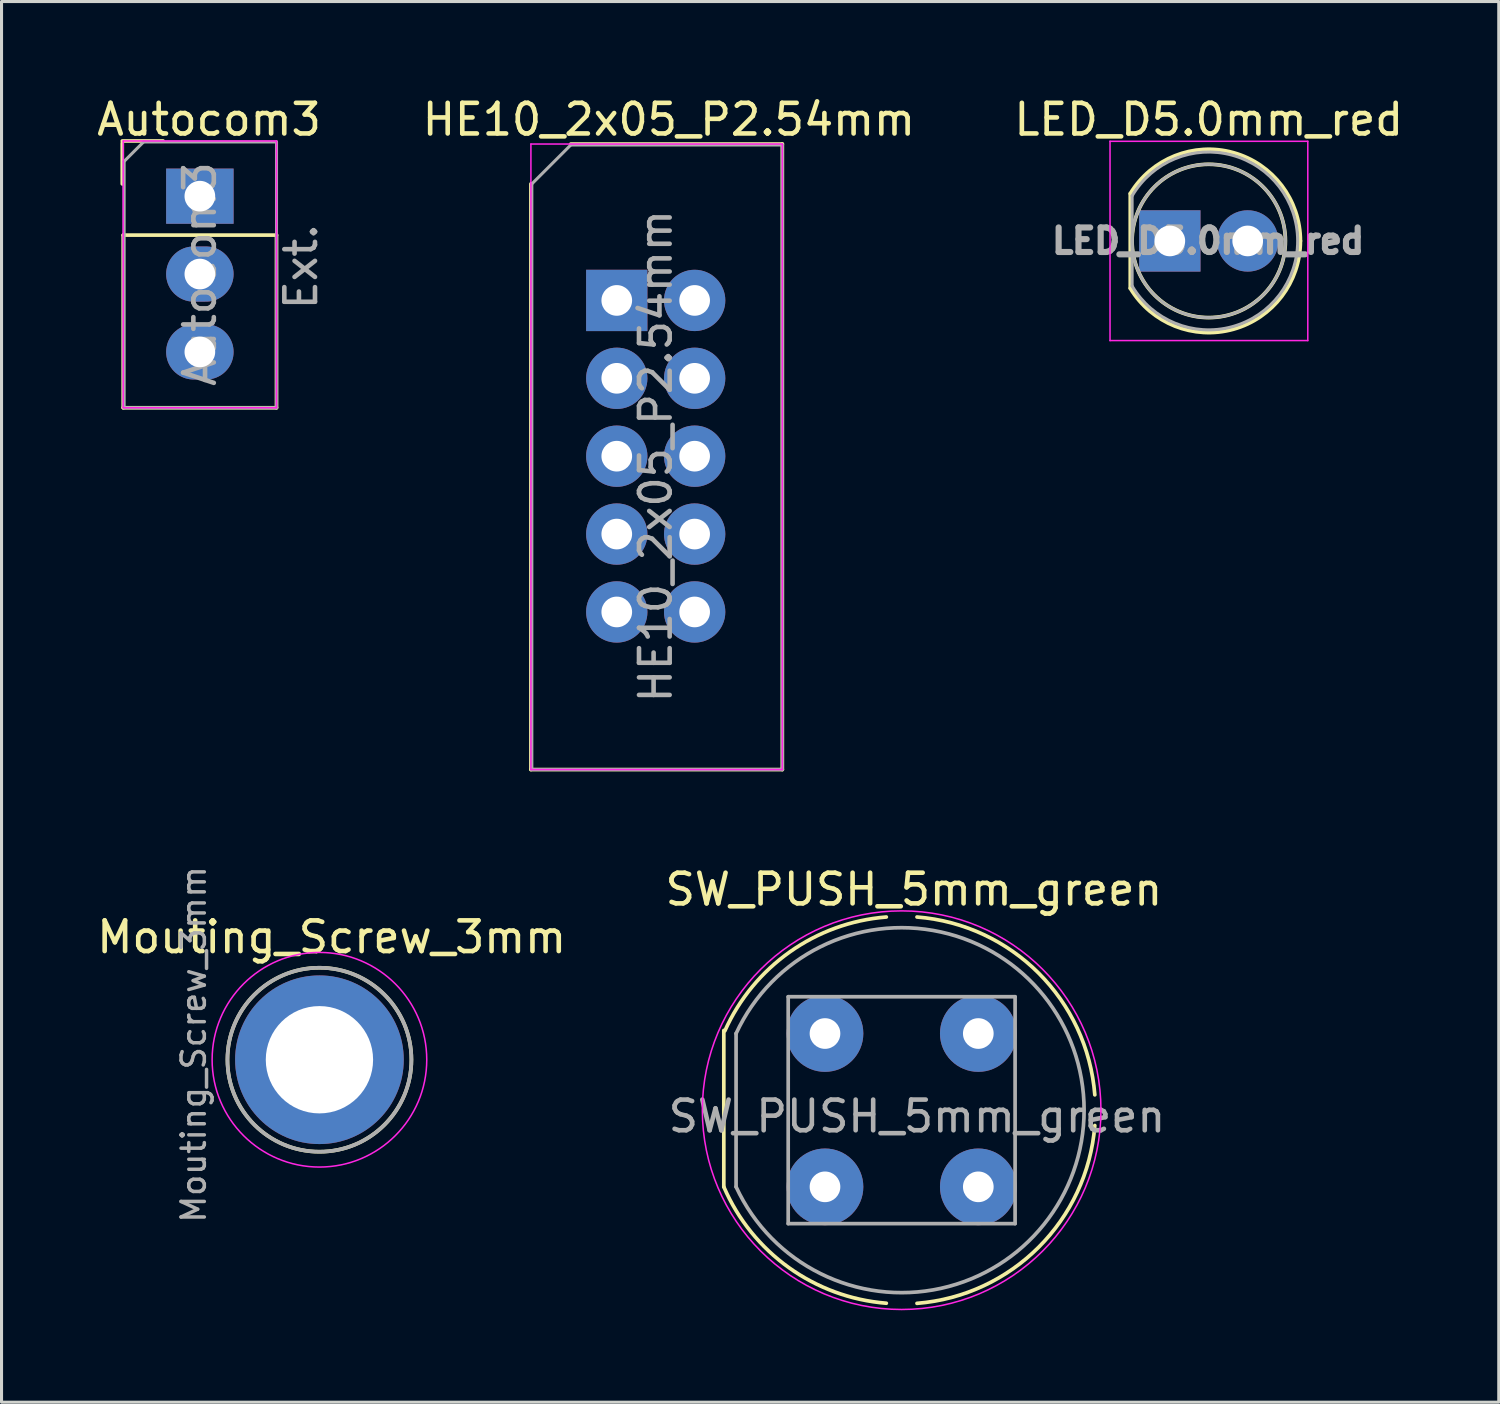
<source format=kicad_pcb>
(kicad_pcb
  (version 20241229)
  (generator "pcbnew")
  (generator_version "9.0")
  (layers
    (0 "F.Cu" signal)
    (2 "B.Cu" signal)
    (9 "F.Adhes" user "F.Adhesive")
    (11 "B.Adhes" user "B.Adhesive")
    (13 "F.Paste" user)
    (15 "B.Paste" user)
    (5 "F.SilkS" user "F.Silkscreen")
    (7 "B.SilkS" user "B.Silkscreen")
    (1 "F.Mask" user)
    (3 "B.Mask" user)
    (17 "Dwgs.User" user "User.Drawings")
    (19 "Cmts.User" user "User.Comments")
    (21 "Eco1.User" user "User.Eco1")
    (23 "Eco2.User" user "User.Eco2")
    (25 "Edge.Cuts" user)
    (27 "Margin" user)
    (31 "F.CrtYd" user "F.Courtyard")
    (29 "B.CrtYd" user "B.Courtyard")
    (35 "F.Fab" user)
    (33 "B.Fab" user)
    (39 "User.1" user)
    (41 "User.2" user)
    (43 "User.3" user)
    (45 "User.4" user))
  (footprint "LED_D5.0mm_red"
    (layer "F.Cu")
    (at 35.102 4.808)
    (property "Reference" "LED_D5.0mm_red" (at 1.27 -3.96 0) (layer "F.SilkS") (effects (font (size 1 1) (thickness 0.15))))
    (attr through_hole)
    (fp_line (start -1.29 -1.545) (end -1.29 1.545) (stroke (width 0.12) (type solid)) (layer "F.SilkS"))
    (fp_arc (start -1.29 -1.54483) (mid 2.072002 -2.880433) (end 4.26 0.000462) (stroke (width 0.12) (type solid)) (layer "F.SilkS"))
    (fp_arc (start 4.26 -0.000462) (mid 2.072002 2.880433) (end -1.29 1.54483) (stroke (width 0.12) (type solid)) (layer "F.SilkS"))
    (fp_circle (center 1.27 0) (end 3.77 0) (stroke (width 0.12) (type solid)) (fill no) (layer "F.SilkS"))
    (fp_line (start -1.95 -3.25) (end -1.95 3.25) (stroke (width 0.05) (type solid)) (layer "F.CrtYd"))
    (fp_line (start -1.95 3.25) (end 4.5 3.25) (stroke (width 0.05) (type solid)) (layer "F.CrtYd"))
    (fp_line (start 4.5 -3.25) (end -1.95 -3.25) (stroke (width 0.05) (type solid)) (layer "F.CrtYd"))
    (fp_line (start 4.5 3.25) (end 4.5 -3.25) (stroke (width 0.05) (type solid)) (layer "F.CrtYd"))
    (fp_line (start -1.23 -1.47) (end -1.23 1.47) (stroke (width 0.1) (type solid)) (layer "F.Fab"))
    (fp_arc (start -1.23 -1.469694) (mid 4.17 0.000016) (end -1.230016 1.469666) (stroke (width 0.1) (type solid)) (layer "F.Fab"))
    (fp_circle (center 1.27 0) (end 3.77 0) (stroke (width 0.1) (type solid)) (fill no) (layer "F.Fab"))
    (fp_text user "${REFERENCE}" (at 1.25 0 0) (layer "F.Fab") (effects (font (size 0.8 0.8) (thickness 0.2))))
    (pad "1" thru_hole rect (at 0 0) (size 2 2) (drill 1) (layers "*.Cu" "*.Mask"))
    (pad "2" thru_hole circle (at 2.54 0) (size 2 2) (drill 1) (layers "*.Cu" "*.Mask")))
  (footprint "Mouting_Screw_3mm"
    (layer "F.Cu")
    (at 7.368 31.512)
    (property "Reference" "Mouting_Screw_3mm" (at 0.4 -4 0) (layer "F.SilkS") (effects (font (size 1 1) (thickness 0.15))))
    (attr through_hole)
    (fp_circle (center 0 0) (end 3 0) (stroke (width 0.12) (type solid)) (fill no) (layer "F.SilkS"))
    (fp_circle (center 0 0) (end 3.5 0) (stroke (width 0.05) (type solid)) (fill no) (layer "F.CrtYd"))
    (fp_circle (center 0 0) (end 3 0) (stroke (width 0.12) (type solid)) (fill no) (layer "F.Fab"))
    (fp_text user "${REFERENCE}" (at -4.1 -0.5 90) (layer "F.Fab") (effects (font (size 0.76 0.76) (thickness 0.114))))
    (pad "1" thru_hole circle (at 0 0) (size 5.5 5.5) (drill 3.5) (layers "*.Cu" "*.Mask")))
  (footprint "SW_PUSH_5mm_green"
    (layer "F.Cu")
    (at 23.856 30.657)
    (property "Reference" "SW_PUSH_5mm_green" (at 2.9 -4.7 0) (layer "F.SilkS") (effects (font (size 1 1) (thickness 0.15))))
    (attr through_hole)
    (fp_line (start -3.3 -0.1) (end -3.3 5) (stroke (width 0.12) (type solid)) (layer "F.SilkS"))
    (fp_arc (start -3.266886 -0.085156) (mid -1.142593 -2.664448) (end 2 -3.8) (stroke (width 0.12) (type solid)) (layer "F.SilkS"))
    (fp_arc (start 2.000311 8.796055) (mid -1.177503 7.63478) (end -3.3 5) (stroke (width 0.12) (type solid)) (layer "F.SilkS"))
    (fp_arc (start 3 -3.8) (mid 6.968781 -1.968781) (end 8.8 2) (stroke (width 0.12) (type solid)) (layer "F.SilkS"))
    (fp_arc (start 8.8 3) (mid 6.968781 6.968781) (end 3 8.8) (stroke (width 0.12) (type solid)) (layer "F.SilkS"))
    (fp_circle (center 2.5 2.5) (end 9 2.5) (stroke (width 0.05) (type solid)) (fill no) (layer "F.CrtYd"))
    (fp_line (start -2.9 0) (end -2.9 5) (stroke (width 0.12) (type solid)) (layer "F.Fab"))
    (fp_line (start -1.2 -1.2) (end 6.2 -1.2) (stroke (width 0.12) (type solid)) (layer "F.Fab"))
    (fp_line (start -1.2 6.2) (end -1.2 -1.2) (stroke (width 0.12) (type solid)) (layer "F.Fab"))
    (fp_line (start 6.2 -1.2) (end 6.2 6.2) (stroke (width 0.12) (type solid)) (layer "F.Fab"))
    (fp_line (start 6.2 6.2) (end -1.2 6.2) (stroke (width 0.12) (type solid)) (layer "F.Fab"))
    (fp_arc (start -2.900001 0.000001) (mid 8.450631 2.499999) (end -2.9 5) (stroke (width 0.12) (type solid)) (layer "F.Fab"))
    (fp_text user "${REFERENCE}" (at 3 2.7 0) (layer "F.Fab") (effects (font (size 1 1) (thickness 0.15))))
    (pad "1" thru_hole circle (at 0 0 90) (size 2.5 2.5) (drill 1) (layers "*.Cu" "*.Mask"))
    (pad "1" thru_hole circle (at 5 0 90) (size 2.5 2.5) (drill 1) (layers "*.Cu" "*.Mask"))
    (pad "2" thru_hole circle (at 0 5 90) (size 2.5 2.5) (drill 1) (layers "*.Cu" "*.Mask"))
    (pad "2" thru_hole circle (at 5 5 90) (size 2.5 2.5) (drill 1) (layers "*.Cu" "*.Mask")))
  (footprint "Autocom3"
    (layer "F.Cu")
    (at 3.468 3.348)
    (property "Reference" "Autocom3" (at 0.3 -2.5 0) (layer "F.SilkS") (effects (font (size 1 1) (thickness 0.15))))
    (attr through_hole)
    (fp_line (start -2.53 -1.8) (end -1.2 -1.8) (stroke (width 0.12) (type solid)) (layer "F.SilkS"))
    (fp_line (start -2.53 -0.4) (end -2.53 -1.73) (stroke (width 0.12) (type solid)) (layer "F.SilkS"))
    (fp_line (start -2.5 1.27) (end -2.5 6.9) (stroke (width 0.12) (type solid)) (layer "F.SilkS"))
    (fp_line (start -2.5 1.27) (end 2.5 1.27) (stroke (width 0.12) (type solid)) (layer "F.SilkS"))
    (fp_line (start -2.5 6.9) (end 2.5 6.9) (stroke (width 0.12) (type solid)) (layer "F.SilkS"))
    (fp_line (start 2.5 1.27) (end 2.5 6.9) (stroke (width 0.12) (type solid)) (layer "F.SilkS"))
    (fp_line (start -2.5 -1.8) (end -2.5 6.9) (stroke (width 0.05) (type solid)) (layer "F.CrtYd"))
    (fp_line (start -2.5 6.9) (end 2.5 6.9) (stroke (width 0.05) (type solid)) (layer "F.CrtYd"))
    (fp_line (start 2.5 -1.8) (end -2.5 -1.8) (stroke (width 0.05) (type solid)) (layer "F.CrtYd"))
    (fp_line (start 2.5 6.9) (end 2.5 -1.8) (stroke (width 0.05) (type solid)) (layer "F.CrtYd"))
    (fp_line (start -2.47 -1.135) (end -1.835 -1.77) (stroke (width 0.1) (type solid)) (layer "F.Fab"))
    (fp_line (start -2.47 6.9) (end -2.47 -1.135) (stroke (width 0.1) (type solid)) (layer "F.Fab"))
    (fp_line (start -1.835 -1.77) (end 2.5 -1.77) (stroke (width 0.1) (type solid)) (layer "F.Fab"))
    (fp_line (start 2.5 -1.77) (end 2.5 6.9) (stroke (width 0.1) (type solid)) (layer "F.Fab"))
    (fp_line (start 2.5 6.9) (end -2.47 6.9) (stroke (width 0.1) (type solid)) (layer "F.Fab"))
    (fp_text user "Ext." (at 3.3 2.3 90) (layer "F.Fab") (effects (font (size 1 1) (thickness 0.15))))
    (fp_text user "${REFERENCE}" (at 0 2.54 90) (layer "F.Fab") (effects (font (size 1 1) (thickness 0.15))))
    (pad "1" thru_hole rect (at 0 0) (size 2.2 1.8) (drill 1) (layers "*.Cu" "*.Mask"))
    (pad "2" thru_hole oval (at 0 2.54) (size 2.2 1.8) (drill 1) (layers "*.Cu" "*.Mask"))
    (pad "3" thru_hole oval (at 0 5.08) (size 2.2 1.8) (drill 1) (layers "*.Cu" "*.Mask")))
  (footprint "HE10_2x05_P2.54mm"
    (layer "F.Cu")
    (at 17.065 6.748)
    (property "Reference" "HE10_2x05_P2.54mm" (at 1.7 -5.9 0) (layer "F.SilkS") (effects (font (size 1 1) (thickness 0.15))))
    (attr through_hole)
    (fp_line (start -2.8 15.3) (end -2.8 -3.8) (stroke (width 0.12) (type solid)) (layer "F.SilkS"))
    (fp_line (start -1.5 -5.1) (end 5.4 -5.1) (stroke (width 0.12) (type solid)) (layer "F.SilkS"))
    (fp_line (start 5.4 -5.1) (end 5.4 15.3) (stroke (width 0.12) (type solid)) (layer "F.SilkS"))
    (fp_line (start 5.4 15.3) (end -2.8 15.3) (stroke (width 0.12) (type solid)) (layer "F.SilkS"))
    (fp_line (start -2.8 -5.1) (end -2.8 15.3) (stroke (width 0.05) (type solid)) (layer "F.CrtYd"))
    (fp_line (start -2.8 15.3) (end 5.4 15.3) (stroke (width 0.05) (type solid)) (layer "F.CrtYd"))
    (fp_line (start 5.4 -5.1) (end -2.8 -5.1) (stroke (width 0.05) (type solid)) (layer "F.CrtYd"))
    (fp_line (start 5.4 15.3) (end 5.4 -5.1) (stroke (width 0.05) (type solid)) (layer "F.CrtYd"))
    (fp_line (start -2.77 -3.8) (end -1.5 -5.07) (stroke (width 0.1) (type solid)) (layer "F.Fab"))
    (fp_line (start -2.77 15.3) (end -2.77 -3.8) (stroke (width 0.1) (type solid)) (layer "F.Fab"))
    (fp_line (start -1.5 -5.07) (end 5.4 -5.07) (stroke (width 0.1) (type solid)) (layer "F.Fab"))
    (fp_line (start 5.4 -5.07) (end 5.4 15.3) (stroke (width 0.1) (type solid)) (layer "F.Fab"))
    (fp_line (start 5.4 15.3) (end -2.78 15.3) (stroke (width 0.1) (type solid)) (layer "F.Fab"))
    (fp_text user "${REFERENCE}" (at 1.27 5.08 90) (layer "F.Fab") (effects (font (size 1 1) (thickness 0.15))))
    (pad "1" thru_hole rect (at 0 0) (size 2 2) (drill 1) (layers "*.Cu" "*.Mask"))
    (pad "2" thru_hole oval (at 2.54 0) (size 2 2) (drill 1) (layers "*.Cu" "*.Mask"))
    (pad "3" thru_hole oval (at 0 2.54) (size 2 2) (drill 1) (layers "*.Cu" "*.Mask"))
    (pad "4" thru_hole oval (at 2.54 2.54) (size 2 2) (drill 1) (layers "*.Cu" "*.Mask"))
    (pad "5" thru_hole oval (at 0 5.08) (size 2 2) (drill 1) (layers "*.Cu" "*.Mask"))
    (pad "6" thru_hole oval (at 2.54 5.08) (size 2 2) (drill 1) (layers "*.Cu" "*.Mask"))
    (pad "7" thru_hole oval (at 0 7.62) (size 2 2) (drill 1) (layers "*.Cu" "*.Mask"))
    (pad "8" thru_hole oval (at 2.54 7.62) (size 2 2) (drill 1) (layers "*.Cu" "*.Mask"))
    (pad "9" thru_hole oval (at 0 10.16) (size 2 2) (drill 1) (layers "*.Cu" "*.Mask"))
    (pad "10" thru_hole oval (at 2.54 10.16) (size 2 2) (drill 1) (layers "*.Cu" "*.Mask")))
  (gr_rect
    (start -3 -3)
    (end 45.83 42.681)
    (stroke (width 0.1) (type default))
    (fill no)
    (layer "Edge.Cuts")))
</source>
